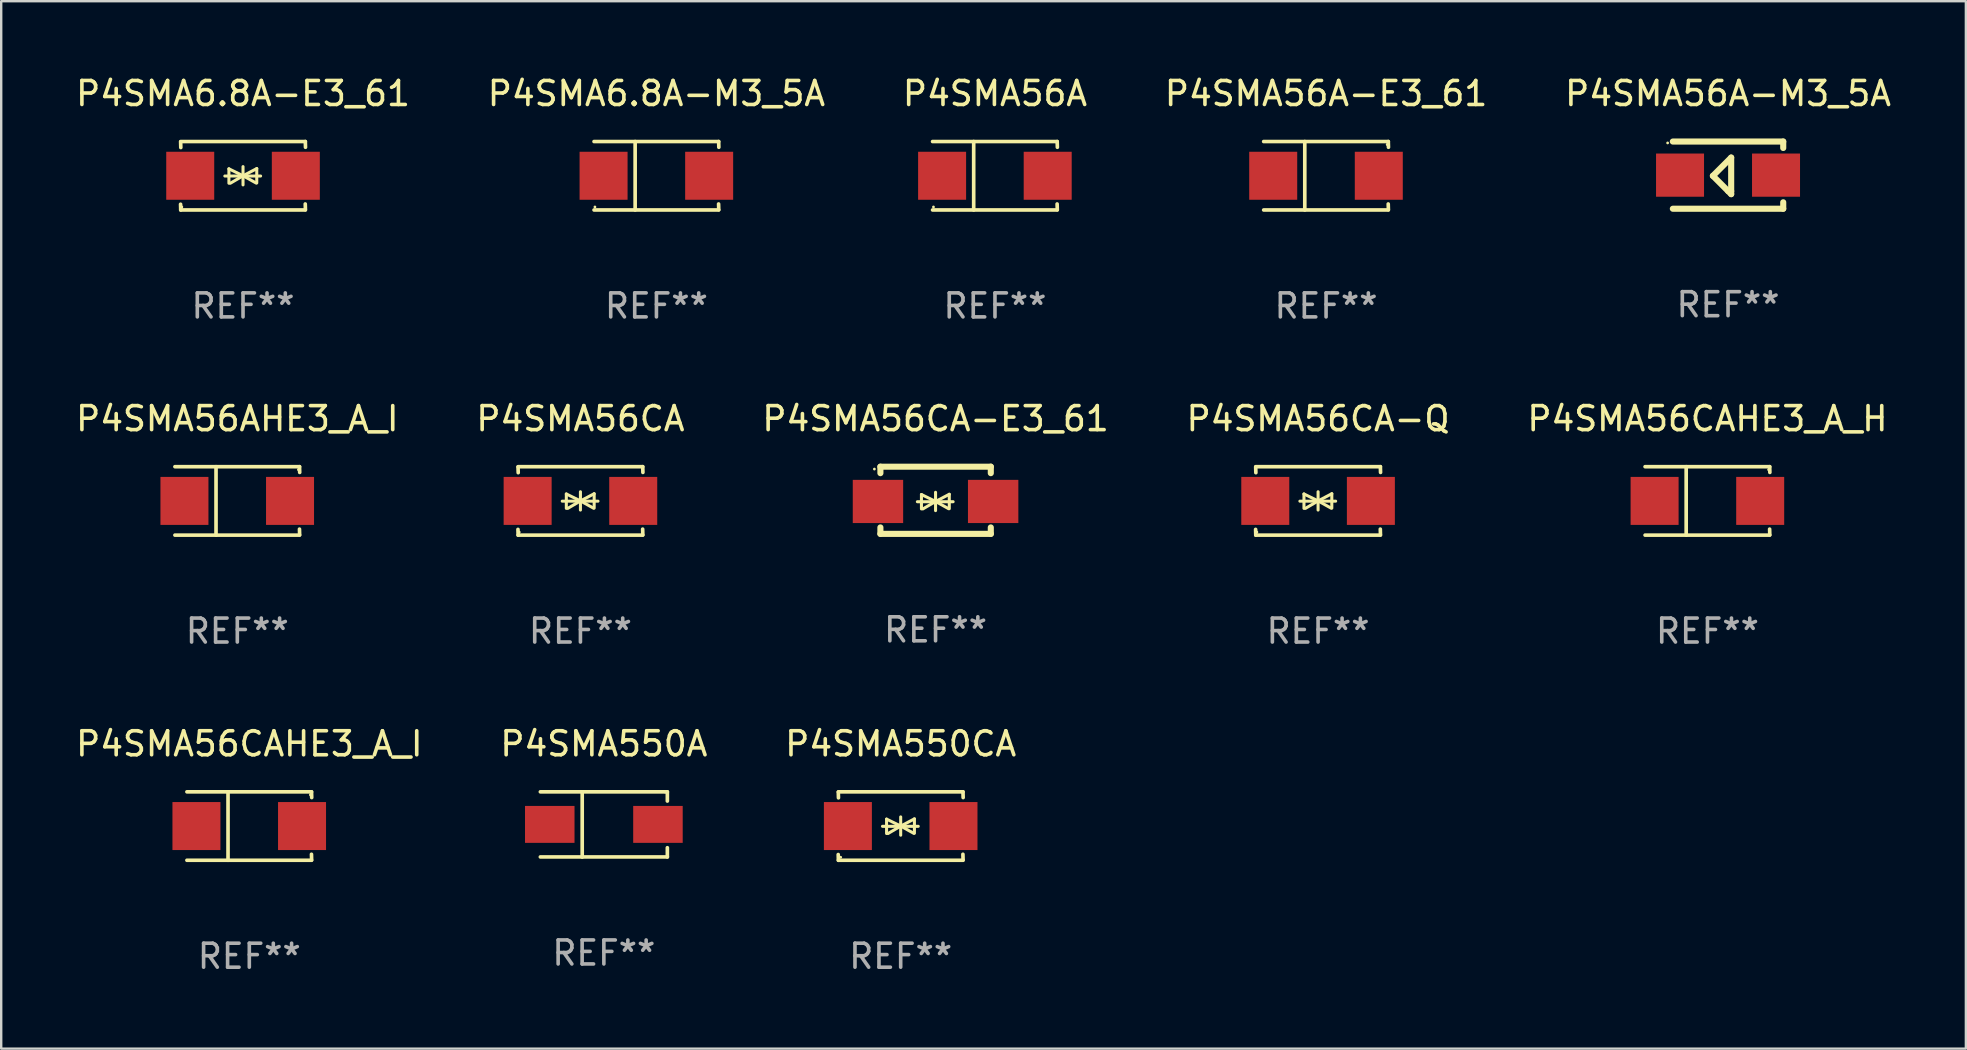
<source format=kicad_pcb>
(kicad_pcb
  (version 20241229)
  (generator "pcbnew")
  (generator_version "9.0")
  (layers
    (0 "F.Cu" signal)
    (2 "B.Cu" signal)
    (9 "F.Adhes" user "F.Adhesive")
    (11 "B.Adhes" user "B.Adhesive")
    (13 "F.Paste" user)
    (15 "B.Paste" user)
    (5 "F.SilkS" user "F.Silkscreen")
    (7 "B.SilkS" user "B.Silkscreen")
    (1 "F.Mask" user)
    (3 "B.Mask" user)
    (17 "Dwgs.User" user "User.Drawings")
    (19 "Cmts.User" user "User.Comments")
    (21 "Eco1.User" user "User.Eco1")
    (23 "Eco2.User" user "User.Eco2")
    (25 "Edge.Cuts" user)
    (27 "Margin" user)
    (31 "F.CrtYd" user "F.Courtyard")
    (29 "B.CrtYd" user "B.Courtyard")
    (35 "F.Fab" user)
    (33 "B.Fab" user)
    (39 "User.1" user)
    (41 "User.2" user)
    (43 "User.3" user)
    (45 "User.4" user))
  (footprint "P4SMA56CAHE3_A_I"
    (layer "F.Cu")
    (at 7.339 31.372)
    (property "Reference" "P4SMA56CAHE3_A_I" (at 0 -3.426 0) (layer "F.SilkS") (effects (font (size 1 1) (thickness 0.15))))
    (attr through_hole)
    (fp_line (start -2.6 -1.426) (end 2.593 -1.426) (stroke (width 0.152) (type solid)) (layer "F.SilkS"))
    (fp_line (start -2.6 1.426) (end 2.593 1.426) (stroke (width 0.152) (type solid)) (layer "F.SilkS"))
    (fp_line (start -0.887 -1.426) (end -0.887 1.426) (stroke (width 0.152) (type solid)) (layer "F.SilkS"))
    (fp_line (start 2.59 1.176) (end 2.597 1.415) (stroke (width 0.152) (type solid)) (layer "F.SilkS"))
    (fp_line (start 2.593 -1.426) (end 2.6 -1.187) (stroke (width 0.152) (type solid)) (layer "F.SilkS"))
    (fp_circle (center 2.547 -1.3) (end 2.577 -1.3) (stroke (width 0.06) (type solid)) (fill no) (layer "F.SilkS"))
    (fp_text user "REF**" (at 0 5.426 0) (layer "F.Fab") (effects (font (size 1 1) (thickness 0.15))))
    (pad "1" smd rect (at 2.197 -0.000025 180) (size 2 2) (layers "F.Cu" "F.Mask" "F.Paste"))
    (pad "2" smd rect (at -2.203 -0.000025 180) (size 2 2) (layers "F.Cu" "F.Mask" "F.Paste")))
  (footprint "P4SMA550CA"
    (layer "F.Cu")
    (at 34.482 31.372)
    (property "Reference" "P4SMA550CA" (at 0 -3.426 0) (layer "F.SilkS") (effects (font (size 1 1) (thickness 0.15))))
    (attr through_hole)
    (fp_line (start -2.596 -1.426) (end 2.596 -1.426) (stroke (width 0.152) (type solid)) (layer "F.SilkS"))
    (fp_line (start -2.596 1.426) (end -2.603 1.187) (stroke (width 0.152) (type solid)) (layer "F.SilkS"))
    (fp_line (start -2.596 1.426) (end 2.596 1.426) (stroke (width 0.152) (type solid)) (layer "F.SilkS"))
    (fp_line (start -2.593 -1.176) (end -2.6 -1.415) (stroke (width 0.152) (type solid)) (layer "F.SilkS"))
    (fp_line (start -0.758 0.011) (end 0.732 0.011) (stroke (width 0.127) (type solid)) (layer "F.SilkS"))
    (fp_line (start -0.588 -0.289) (end -0.588 0.311) (stroke (width 0.127) (type solid)) (layer "F.SilkS"))
    (fp_line (start -0.588 -0.289) (end 0 0) (stroke (width 0.127) (type solid)) (layer "F.SilkS"))
    (fp_line (start -0.528 0.311) (end 0 0) (stroke (width 0.127) (type solid)) (layer "F.SilkS"))
    (fp_line (start 0 0) (end 0 -0.381) (stroke (width 0.127) (type solid)) (layer "F.SilkS"))
    (fp_line (start 0 0) (end 0 0.381) (stroke (width 0.127) (type solid)) (layer "F.SilkS"))
    (fp_line (start 0.542 0.301) (end 0 0) (stroke (width 0.127) (type solid)) (layer "F.SilkS"))
    (fp_line (start 0.572 -0.299) (end 0 0) (stroke (width 0.127) (type solid)) (layer "F.SilkS"))
    (fp_line (start 0.572 -0.299) (end 0.572 0.301) (stroke (width 0.127) (type solid)) (layer "F.SilkS"))
    (fp_line (start 2.593 1.176) (end 2.6 1.415) (stroke (width 0.152) (type solid)) (layer "F.SilkS"))
    (fp_line (start 2.596 -1.426) (end 2.603 -1.187) (stroke (width 0.152) (type solid)) (layer "F.SilkS"))
    (fp_circle (center -2.5 1.3) (end -2.47 1.3) (stroke (width 0.06) (type solid)) (fill no) (layer "F.SilkS"))
    (fp_text user "REF**" (at 0 5.426 0) (layer "F.Fab") (effects (font (size 1 1) (thickness 0.15))))
    (pad "1" smd rect (at -2.2 0 180) (size 2 2) (layers "F.Cu" "F.Mask" "F.Paste"))
    (pad "2" smd rect (at 2.2 0 180) (size 2 2) (layers "F.Cu" "F.Mask" "F.Paste")))
  (footprint "P4SMA56CAHE3_A_H"
    (layer "F.Cu")
    (at 68.101 17.823)
    (property "Reference" "P4SMA56CAHE3_A_H" (at 0 -3.426 0) (layer "F.SilkS") (effects (font (size 1 1) (thickness 0.15))))
    (attr through_hole)
    (fp_line (start -2.6 -1.426) (end 2.593 -1.426) (stroke (width 0.152) (type solid)) (layer "F.SilkS"))
    (fp_line (start -2.6 1.426) (end 2.593 1.426) (stroke (width 0.152) (type solid)) (layer "F.SilkS"))
    (fp_line (start -0.887 -1.426) (end -0.887 1.426) (stroke (width 0.152) (type solid)) (layer "F.SilkS"))
    (fp_line (start 2.59 1.176) (end 2.597 1.415) (stroke (width 0.152) (type solid)) (layer "F.SilkS"))
    (fp_line (start 2.593 -1.426) (end 2.6 -1.187) (stroke (width 0.152) (type solid)) (layer "F.SilkS"))
    (fp_circle (center 2.547 -1.3) (end 2.577 -1.3) (stroke (width 0.06) (type solid)) (fill no) (layer "F.SilkS"))
    (fp_text user "REF**" (at 0 5.426 0) (layer "F.Fab") (effects (font (size 1 1) (thickness 0.15))))
    (pad "1" smd rect (at 2.197 -0.000025 180) (size 2 2) (layers "F.Cu" "F.Mask" "F.Paste"))
    (pad "2" smd rect (at -2.203 -0.000025 180) (size 2 2) (layers "F.Cu" "F.Mask" "F.Paste")))
  (footprint "P4SMA56AHE3_A_I"
    (layer "F.Cu")
    (at 6.839 17.823)
    (property "Reference" "P4SMA56AHE3_A_I" (at 0 -3.426 0) (layer "F.SilkS") (effects (font (size 1 1) (thickness 0.15))))
    (attr through_hole)
    (fp_line (start -2.6 -1.426) (end 2.593 -1.426) (stroke (width 0.152) (type solid)) (layer "F.SilkS"))
    (fp_line (start -2.6 1.426) (end 2.593 1.426) (stroke (width 0.152) (type solid)) (layer "F.SilkS"))
    (fp_line (start -0.887 -1.426) (end -0.887 1.426) (stroke (width 0.152) (type solid)) (layer "F.SilkS"))
    (fp_line (start 2.59 1.176) (end 2.597 1.415) (stroke (width 0.152) (type solid)) (layer "F.SilkS"))
    (fp_line (start 2.593 -1.426) (end 2.6 -1.187) (stroke (width 0.152) (type solid)) (layer "F.SilkS"))
    (fp_circle (center 2.547 -1.3) (end 2.577 -1.3) (stroke (width 0.06) (type solid)) (fill no) (layer "F.SilkS"))
    (fp_text user "REF**" (at 0 5.426 0) (layer "F.Fab") (effects (font (size 1 1) (thickness 0.15))))
    (pad "1" smd rect (at 2.197 -0.000025 180) (size 2 2) (layers "F.Cu" "F.Mask" "F.Paste"))
    (pad "2" smd rect (at -2.203 -0.000025 180) (size 2 2) (layers "F.Cu" "F.Mask" "F.Paste")))
  (footprint "P4SMA56A"
    (layer "F.Cu")
    (at 38.411 4.274)
    (property "Reference" "P4SMA56A" (at 0 -3.426 0) (layer "F.SilkS") (effects (font (size 1 1) (thickness 0.15))))
    (attr through_hole)
    (fp_line (start -2.6 -1.426) (end 2.593 -1.426) (stroke (width 0.152) (type solid)) (layer "F.SilkS"))
    (fp_line (start -2.6 1.426) (end 2.593 1.426) (stroke (width 0.152) (type solid)) (layer "F.SilkS"))
    (fp_line (start -0.887 -1.426) (end -0.887 1.426) (stroke (width 0.152) (type solid)) (layer "F.SilkS"))
    (fp_line (start 2.59 1.176) (end 2.597 1.415) (stroke (width 0.152) (type solid)) (layer "F.SilkS"))
    (fp_line (start 2.593 -1.426) (end 2.6 -1.187) (stroke (width 0.152) (type solid)) (layer "F.SilkS"))
    (fp_circle (center -2.563 1.3) (end -2.533 1.3) (stroke (width 0.06) (type solid)) (fill no) (layer "F.SilkS"))
    (fp_text user "REF**" (at 0 5.426 0) (layer "F.Fab") (effects (font (size 1 1) (thickness 0.15))))
    (pad "1" smd rect (at -2.203 -0.000025 180) (size 2 2) (layers "F.Cu" "F.Mask" "F.Paste"))
    (pad "2" smd rect (at 2.197 -0.000025 180) (size 2 2) (layers "F.Cu" "F.Mask" "F.Paste")))
  (footprint "P4SMA56A-E3_61"
    (layer "F.Cu")
    (at 52.208 4.274)
    (property "Reference" "P4SMA56A-E3_61" (at 0 -3.426 0) (layer "F.SilkS") (effects (font (size 1 1) (thickness 0.15))))
    (attr through_hole)
    (fp_line (start -2.6 -1.426) (end 2.593 -1.426) (stroke (width 0.152) (type solid)) (layer "F.SilkS"))
    (fp_line (start -2.6 1.426) (end 2.593 1.426) (stroke (width 0.152) (type solid)) (layer "F.SilkS"))
    (fp_line (start -0.887 -1.426) (end -0.887 1.426) (stroke (width 0.152) (type solid)) (layer "F.SilkS"))
    (fp_line (start 2.59 1.176) (end 2.597 1.415) (stroke (width 0.152) (type solid)) (layer "F.SilkS"))
    (fp_line (start 2.593 -1.426) (end 2.6 -1.187) (stroke (width 0.152) (type solid)) (layer "F.SilkS"))
    (fp_circle (center 2.547 -1.3) (end 2.577 -1.3) (stroke (width 0.06) (type solid)) (fill no) (layer "F.SilkS"))
    (fp_text user "REF**" (at 0 5.426 0) (layer "F.Fab") (effects (font (size 1 1) (thickness 0.15))))
    (pad "1" smd rect (at 2.197 -0.000025 180) (size 2 2) (layers "F.Cu" "F.Mask" "F.Paste"))
    (pad "2" smd rect (at -2.203 -0.000025 180) (size 2 2) (layers "F.Cu" "F.Mask" "F.Paste")))
  (footprint "P4SMA56CA"
    (layer "F.Cu")
    (at 21.137 17.823)
    (property "Reference" "P4SMA56CA" (at 0 -3.426 0) (layer "F.SilkS") (effects (font (size 1 1) (thickness 0.15))))
    (attr through_hole)
    (fp_line (start -2.596 -1.426) (end 2.596 -1.426) (stroke (width 0.152) (type solid)) (layer "F.SilkS"))
    (fp_line (start -2.596 1.426) (end -2.603 1.187) (stroke (width 0.152) (type solid)) (layer "F.SilkS"))
    (fp_line (start -2.596 1.426) (end 2.596 1.426) (stroke (width 0.152) (type solid)) (layer "F.SilkS"))
    (fp_line (start -2.593 -1.176) (end -2.6 -1.415) (stroke (width 0.152) (type solid)) (layer "F.SilkS"))
    (fp_line (start -0.758 0.011) (end 0.732 0.011) (stroke (width 0.127) (type solid)) (layer "F.SilkS"))
    (fp_line (start -0.588 -0.289) (end -0.588 0.311) (stroke (width 0.127) (type solid)) (layer "F.SilkS"))
    (fp_line (start -0.588 -0.289) (end 0 0) (stroke (width 0.127) (type solid)) (layer "F.SilkS"))
    (fp_line (start -0.528 0.311) (end 0 0) (stroke (width 0.127) (type solid)) (layer "F.SilkS"))
    (fp_line (start 0 0) (end 0 -0.381) (stroke (width 0.127) (type solid)) (layer "F.SilkS"))
    (fp_line (start 0 0) (end 0 0.381) (stroke (width 0.127) (type solid)) (layer "F.SilkS"))
    (fp_line (start 0.542 0.301) (end 0 0) (stroke (width 0.127) (type solid)) (layer "F.SilkS"))
    (fp_line (start 0.572 -0.299) (end 0 0) (stroke (width 0.127) (type solid)) (layer "F.SilkS"))
    (fp_line (start 0.572 -0.299) (end 0.572 0.301) (stroke (width 0.127) (type solid)) (layer "F.SilkS"))
    (fp_line (start 2.593 1.176) (end 2.6 1.415) (stroke (width 0.152) (type solid)) (layer "F.SilkS"))
    (fp_line (start 2.596 -1.426) (end 2.603 -1.187) (stroke (width 0.152) (type solid)) (layer "F.SilkS"))
    (fp_circle (center -2.55 1.3) (end -2.52 1.3) (stroke (width 0.06) (type solid)) (fill no) (layer "F.SilkS"))
    (fp_text user "REF**" (at 0 5.426 0) (layer "F.Fab") (effects (font (size 1 1) (thickness 0.15))))
    (pad "1" smd rect (at -2.2 0 180) (size 2 2) (layers "F.Cu" "F.Mask" "F.Paste"))
    (pad "2" smd rect (at 2.2 0 180) (size 2 2) (layers "F.Cu" "F.Mask" "F.Paste")))
  (footprint "P4SMA56CA-E3_61"
    (layer "F.Cu")
    (at 35.935 17.797)
    (property "Reference" "P4SMA56CA-E3_61" (at 0 -3.4 0) (layer "F.SilkS") (effects (font (size 1 1) (thickness 0.15))))
    (attr through_hole)
    (fp_line (start -2.298 -1.4) (end -2.298 -1.131) (stroke (width 0.254) (type solid)) (layer "F.SilkS"))
    (fp_line (start -2.298 -1.4) (end 2.302 -1.4) (stroke (width 0.254) (type solid)) (layer "F.SilkS"))
    (fp_line (start -2.298 1.131) (end -2.298 1.4) (stroke (width 0.254) (type solid)) (layer "F.SilkS"))
    (fp_line (start -2.298 1.4) (end 2.302 1.4) (stroke (width 0.254) (type solid)) (layer "F.SilkS"))
    (fp_line (start -0.758 0.06) (end 0.732 0.06) (stroke (width 0.127) (type solid)) (layer "F.SilkS"))
    (fp_line (start -0.588 -0.24) (end -0.588 0.36) (stroke (width 0.127) (type solid)) (layer "F.SilkS"))
    (fp_line (start -0.588 -0.24) (end 0.000025 0.049) (stroke (width 0.127) (type solid)) (layer "F.SilkS"))
    (fp_line (start -0.528 0.36) (end 0.000025 0.049) (stroke (width 0.127) (type solid)) (layer "F.SilkS"))
    (fp_line (start 0.000025 0.049) (end 0.000025 -0.332) (stroke (width 0.127) (type solid)) (layer "F.SilkS"))
    (fp_line (start 0.000025 0.049) (end 0.000025 0.43) (stroke (width 0.127) (type solid)) (layer "F.SilkS"))
    (fp_line (start 0.542 0.35) (end 0.000025 0.049) (stroke (width 0.127) (type solid)) (layer "F.SilkS"))
    (fp_line (start 0.572 -0.25) (end 0.000025 0.049) (stroke (width 0.127) (type solid)) (layer "F.SilkS"))
    (fp_line (start 0.572 -0.25) (end 0.572 0.35) (stroke (width 0.127) (type solid)) (layer "F.SilkS"))
    (fp_line (start 2.302 -1.4) (end 2.302 -1.131) (stroke (width 0.254) (type solid)) (layer "F.SilkS"))
    (fp_line (start 2.302 1.131) (end 2.302 1.4) (stroke (width 0.254) (type solid)) (layer "F.SilkS"))
    (fp_circle (center -2.549 -1.301) (end -2.519 -1.301) (stroke (width 0.06) (type solid)) (fill no) (layer "F.SilkS"))
    (fp_text user "REF**" (at 0 5.4 0) (layer "F.Fab") (effects (font (size 1 1) (thickness 0.15))))
    (pad "1" smd rect (at -2.4 0.049) (size 2.1 1.8) (layers "F.Cu" "F.Mask" "F.Paste"))
    (pad "2" smd rect (at 2.4 0.049) (size 2.1 1.8) (layers "F.Cu" "F.Mask" "F.Paste")))
  (footprint "P4SMA550A"
    (layer "F.Cu")
    (at 22.113 31.305)
    (property "Reference" "P4SMA550A" (at 0 -3.359 0) (layer "F.SilkS") (effects (font (size 1 1) (thickness 0.15))))
    (attr through_hole)
    (fp_line (start -2.646 -1.359) (end 2.646 -1.359) (stroke (width 0.152) (type solid)) (layer "F.SilkS"))
    (fp_line (start -2.646 1.354) (end 2.646 1.354) (stroke (width 0.152) (type solid)) (layer "F.SilkS"))
    (fp_line (start -0.902 -1.354) (end -0.902 1.359) (stroke (width 0.152) (type solid)) (layer "F.SilkS"))
    (fp_line (start 2.646 -1.359) (end 2.646 -0.975) (stroke (width 0.152) (type solid)) (layer "F.SilkS"))
    (fp_line (start 2.646 1.354) (end 2.646 0.97) (stroke (width 0.152) (type solid)) (layer "F.SilkS"))
    (fp_circle (center 2.55 -1.352) (end 2.58 -1.352) (stroke (width 0.06) (type solid)) (fill no) (layer "F.SilkS"))
    (fp_text user "REF**" (at 0 5.359 0) (layer "F.Fab") (effects (font (size 1 1) (thickness 0.15))))
    (pad "1" smd rect (at 2.254 -0.002) (size 2.063 1.539) (layers "F.Cu" "F.Mask" "F.Paste"))
    (pad "2" smd rect (at -2.254 -0.002) (size 2.063 1.539) (layers "F.Cu" "F.Mask" "F.Paste")))
  (footprint "P4SMA56A-M3_5A"
    (layer "F.Cu")
    (at 68.958 4.248)
    (property "Reference" "P4SMA56A-M3_5A" (at 0 -3.4 0) (layer "F.SilkS") (effects (font (size 1 1) (thickness 0.15))))
    (attr through_hole)
    (fp_line (start -2.3 -1.4) (end 2.3 -1.4) (stroke (width 0.254) (type solid)) (layer "F.SilkS"))
    (fp_line (start -2.3 1.4) (end 2.3 1.4) (stroke (width 0.254) (type solid)) (layer "F.SilkS"))
    (fp_line (start -0.631 0.03) (end 0.131 -0.732) (stroke (width 0.254) (type solid)) (layer "F.SilkS"))
    (fp_line (start 0.004 0.665) (end -0.631 0.03) (stroke (width 0.254) (type solid)) (layer "F.SilkS"))
    (fp_line (start 0.131 -0.732) (end 0.131 0.665) (stroke (width 0.254) (type solid)) (layer "F.SilkS"))
    (fp_line (start 0.131 0.665) (end 0.131 0.792) (stroke (width 0.254) (type solid)) (layer "F.SilkS"))
    (fp_line (start 0.131 0.792) (end 0.004 0.665) (stroke (width 0.254) (type solid)) (layer "F.SilkS"))
    (fp_line (start 2.3 -1.4) (end 2.3 -1.131) (stroke (width 0.254) (type solid)) (layer "F.SilkS"))
    (fp_line (start 2.3 1.131) (end 2.3 1.4) (stroke (width 0.254) (type solid)) (layer "F.SilkS"))
    (fp_circle (center -2.517 -1.342) (end -2.487 -1.342) (stroke (width 0.06) (type solid)) (fill no) (layer "F.SilkS"))
    (fp_text user "REF**" (at 0 5.4 0) (layer "F.Fab") (effects (font (size 1 1) (thickness 0.15))))
    (pad "1" smd rect (at -2 -0.000127) (size 2 1.8) (layers "F.Cu" "F.Mask" "F.Paste"))
    (pad "2" smd rect (at 2 -0.000127) (size 2 1.8) (layers "F.Cu" "F.Mask" "F.Paste")))
  (footprint "P4SMA56CA-Q"
    (layer "F.Cu")
    (at 51.875 17.823)
    (property "Reference" "P4SMA56CA-Q" (at 0 -3.426 0) (layer "F.SilkS") (effects (font (size 1 1) (thickness 0.15))))
    (attr through_hole)
    (fp_line (start -2.596 -1.426) (end 2.596 -1.426) (stroke (width 0.152) (type solid)) (layer "F.SilkS"))
    (fp_line (start -2.596 1.426) (end -2.603 1.187) (stroke (width 0.152) (type solid)) (layer "F.SilkS"))
    (fp_line (start -2.596 1.426) (end 2.596 1.426) (stroke (width 0.152) (type solid)) (layer "F.SilkS"))
    (fp_line (start -2.593 -1.176) (end -2.6 -1.415) (stroke (width 0.152) (type solid)) (layer "F.SilkS"))
    (fp_line (start -0.758 0.011) (end 0.732 0.011) (stroke (width 0.127) (type solid)) (layer "F.SilkS"))
    (fp_line (start -0.588 -0.289) (end -0.588 0.311) (stroke (width 0.127) (type solid)) (layer "F.SilkS"))
    (fp_line (start -0.588 -0.289) (end 0 0) (stroke (width 0.127) (type solid)) (layer "F.SilkS"))
    (fp_line (start -0.528 0.311) (end 0 0) (stroke (width 0.127) (type solid)) (layer "F.SilkS"))
    (fp_line (start 0 0) (end 0 -0.381) (stroke (width 0.127) (type solid)) (layer "F.SilkS"))
    (fp_line (start 0 0) (end 0 0.381) (stroke (width 0.127) (type solid)) (layer "F.SilkS"))
    (fp_line (start 0.542 0.301) (end 0 0) (stroke (width 0.127) (type solid)) (layer "F.SilkS"))
    (fp_line (start 0.572 -0.299) (end 0 0) (stroke (width 0.127) (type solid)) (layer "F.SilkS"))
    (fp_line (start 0.572 -0.299) (end 0.572 0.301) (stroke (width 0.127) (type solid)) (layer "F.SilkS"))
    (fp_line (start 2.593 1.176) (end 2.6 1.415) (stroke (width 0.152) (type solid)) (layer "F.SilkS"))
    (fp_line (start 2.596 -1.426) (end 2.603 -1.187) (stroke (width 0.152) (type solid)) (layer "F.SilkS"))
    (fp_circle (center -2.55 1.3) (end -2.52 1.3) (stroke (width 0.06) (type solid)) (fill no) (layer "F.SilkS"))
    (fp_text user "REF**" (at 0 5.426 0) (layer "F.Fab") (effects (font (size 1 1) (thickness 0.15))))
    (pad "1" smd rect (at -2.2 0 180) (size 2 2) (layers "F.Cu" "F.Mask" "F.Paste"))
    (pad "2" smd rect (at 2.2 0 180) (size 2 2) (layers "F.Cu" "F.Mask" "F.Paste")))
  (footprint "P4SMA6.8A-E3_61"
    (layer "F.Cu")
    (at 7.077 4.274)
    (property "Reference" "P4SMA6.8A-E3_61" (at 0 -3.426 0) (layer "F.SilkS") (effects (font (size 1 1) (thickness 0.15))))
    (attr through_hole)
    (fp_line (start -2.596 -1.426) (end 2.596 -1.426) (stroke (width 0.152) (type solid)) (layer "F.SilkS"))
    (fp_line (start -2.596 1.426) (end -2.603 1.187) (stroke (width 0.152) (type solid)) (layer "F.SilkS"))
    (fp_line (start -2.596 1.426) (end 2.596 1.426) (stroke (width 0.152) (type solid)) (layer "F.SilkS"))
    (fp_line (start -2.593 -1.176) (end -2.6 -1.415) (stroke (width 0.152) (type solid)) (layer "F.SilkS"))
    (fp_line (start -0.758 0.011) (end 0.732 0.011) (stroke (width 0.127) (type solid)) (layer "F.SilkS"))
    (fp_line (start -0.588 -0.289) (end -0.588 0.311) (stroke (width 0.127) (type solid)) (layer "F.SilkS"))
    (fp_line (start -0.588 -0.289) (end 0 0) (stroke (width 0.127) (type solid)) (layer "F.SilkS"))
    (fp_line (start -0.528 0.311) (end 0 0) (stroke (width 0.127) (type solid)) (layer "F.SilkS"))
    (fp_line (start 0 0) (end 0 -0.381) (stroke (width 0.127) (type solid)) (layer "F.SilkS"))
    (fp_line (start 0 0) (end 0 0.381) (stroke (width 0.127) (type solid)) (layer "F.SilkS"))
    (fp_line (start 0.542 0.301) (end 0 0) (stroke (width 0.127) (type solid)) (layer "F.SilkS"))
    (fp_line (start 0.572 -0.299) (end 0 0) (stroke (width 0.127) (type solid)) (layer "F.SilkS"))
    (fp_line (start 0.572 -0.299) (end 0.572 0.301) (stroke (width 0.127) (type solid)) (layer "F.SilkS"))
    (fp_line (start 2.593 1.176) (end 2.6 1.415) (stroke (width 0.152) (type solid)) (layer "F.SilkS"))
    (fp_line (start 2.596 -1.426) (end 2.603 -1.187) (stroke (width 0.152) (type solid)) (layer "F.SilkS"))
    (fp_circle (center -2.55 1.3) (end -2.52 1.3) (stroke (width 0.06) (type solid)) (fill no) (layer "F.SilkS"))
    (fp_text user "REF**" (at 0 5.426 0) (layer "F.Fab") (effects (font (size 1 1) (thickness 0.15))))
    (pad "1" smd rect (at -2.2 0 180) (size 2 2) (layers "F.Cu" "F.Mask" "F.Paste"))
    (pad "2" smd rect (at 2.2 0 180) (size 2 2) (layers "F.Cu" "F.Mask" "F.Paste")))
  (footprint "P4SMA6.8A-M3_5A"
    (layer "F.Cu")
    (at 24.304 4.274)
    (property "Reference" "P4SMA6.8A-M3_5A" (at 0 -3.426 0) (layer "F.SilkS") (effects (font (size 1 1) (thickness 0.15))))
    (attr through_hole)
    (fp_line (start -2.6 -1.426) (end 2.593 -1.426) (stroke (width 0.152) (type solid)) (layer "F.SilkS"))
    (fp_line (start -2.6 1.426) (end 2.593 1.426) (stroke (width 0.152) (type solid)) (layer "F.SilkS"))
    (fp_line (start -0.887 -1.426) (end -0.887 1.426) (stroke (width 0.152) (type solid)) (layer "F.SilkS"))
    (fp_line (start 2.59 1.176) (end 2.597 1.415) (stroke (width 0.152) (type solid)) (layer "F.SilkS"))
    (fp_line (start 2.593 -1.426) (end 2.6 -1.187) (stroke (width 0.152) (type solid)) (layer "F.SilkS"))
    (fp_circle (center -2.563 1.3) (end -2.533 1.3) (stroke (width 0.06) (type solid)) (fill no) (layer "F.SilkS"))
    (fp_text user "REF**" (at 0 5.426 0) (layer "F.Fab") (effects (font (size 1 1) (thickness 0.15))))
    (pad "1" smd rect (at -2.203 -0.000025 180) (size 2 2) (layers "F.Cu" "F.Mask" "F.Paste"))
    (pad "2" smd rect (at 2.197 -0.000025 180) (size 2 2) (layers "F.Cu" "F.Mask" "F.Paste")))
  (gr_rect
    (start -3 -3)
    (end 78.869 40.647)
    (stroke (width 0.1) (type default))
    (fill no)
    (layer "Edge.Cuts")))
</source>
